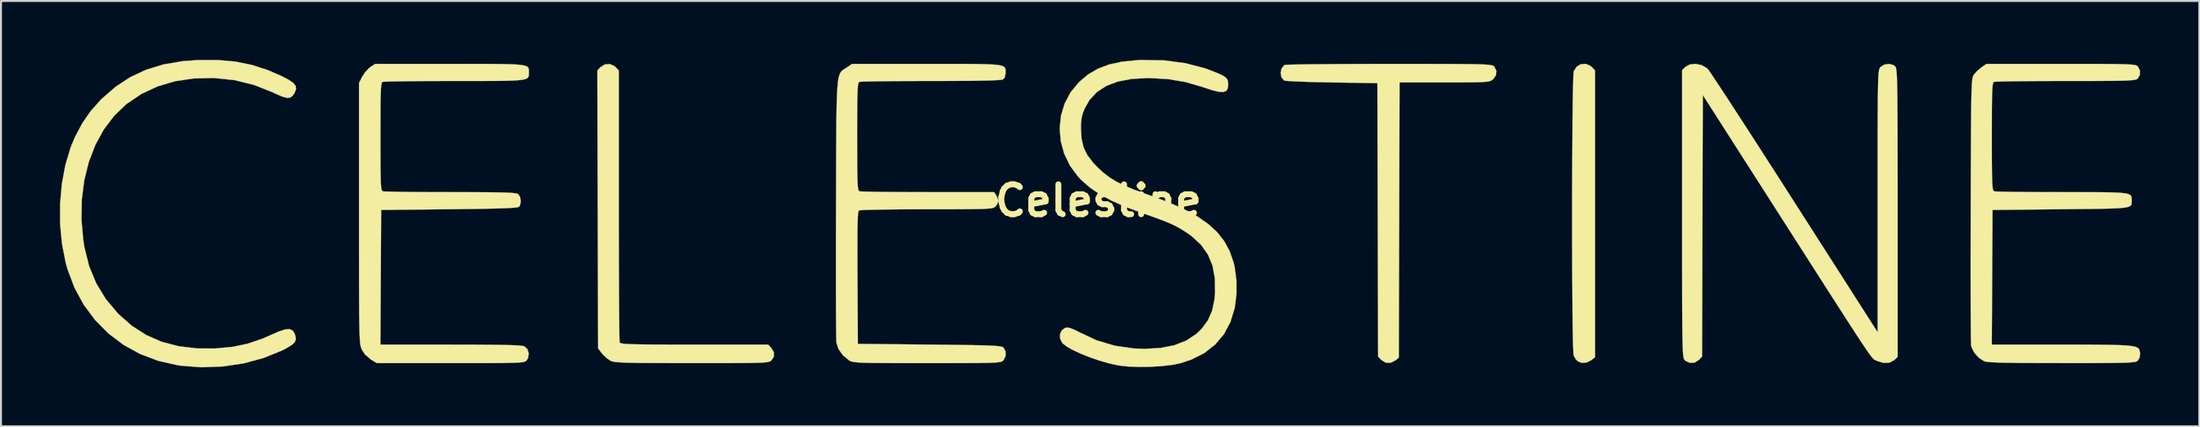
<source format=kicad_pcb>
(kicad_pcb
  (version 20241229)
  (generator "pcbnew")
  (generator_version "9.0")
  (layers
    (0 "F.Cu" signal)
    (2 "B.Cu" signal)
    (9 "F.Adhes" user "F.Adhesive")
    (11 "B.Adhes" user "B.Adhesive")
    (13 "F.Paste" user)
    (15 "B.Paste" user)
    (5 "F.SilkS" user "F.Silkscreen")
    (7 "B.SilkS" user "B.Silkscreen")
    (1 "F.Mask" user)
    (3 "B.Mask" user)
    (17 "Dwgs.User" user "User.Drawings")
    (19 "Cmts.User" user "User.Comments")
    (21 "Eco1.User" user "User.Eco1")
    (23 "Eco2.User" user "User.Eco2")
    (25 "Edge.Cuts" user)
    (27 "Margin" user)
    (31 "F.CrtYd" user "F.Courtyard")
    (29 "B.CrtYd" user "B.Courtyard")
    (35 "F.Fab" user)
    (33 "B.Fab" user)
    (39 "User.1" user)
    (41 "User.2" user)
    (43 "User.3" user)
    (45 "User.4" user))
  (footprint "Celestine"
    (layer "F.Cu")
    (at 52.797 7.171)
    (property "Reference" "Celestine" (at 0 0 0) (layer "F.SilkS") (effects (font (size 1.524 1.524) (thickness 0.3))))
    (attr through_hole)
    (fp_poly (pts (xy 25.017 -6.87) (xy 25.097 -6.799) (xy 25.255 -6.631) (xy 25.255 7.972) (xy 25.064 8.123) (xy 24.815 8.246) (xy 24.557 8.257) (xy 24.369 8.174) (xy 24.25 8.036) (xy 24.169 7.882) (xy 24.156 7.775) (xy 24.144 7.535) (xy 24.133 7.175) (xy 24.124 6.706) (xy 24.115 6.141) (xy 24.108 5.492) (xy 24.102 4.772) (xy 24.097 3.991) (xy 24.094 3.164) (xy 24.091 2.302) (xy 24.09 1.416) (xy 24.09 0.52) (xy 24.091 -0.374) (xy 24.093 -1.254) (xy 24.097 -2.108) (xy 24.101 -2.924) (xy 24.107 -3.689) (xy 24.114 -4.391) (xy 24.121 -5.018) (xy 24.131 -5.558) (xy 24.141 -5.999) (xy 24.152 -6.327) (xy 24.164 -6.532) (xy 24.174 -6.595) (xy 24.318 -6.822) (xy 24.534 -6.95) (xy 24.78 -6.969) (xy 25.017 -6.87)) (stroke (width 0.01) (type solid)) (fill yes) (layer "F.SilkS"))
    (fp_poly (pts (xy 16.637 -6.965) (xy 17.375 -6.964) (xy 17.999 -6.962) (xy 18.517 -6.959) (xy 18.941 -6.954) (xy 19.28 -6.948) (xy 19.545 -6.939) (xy 19.745 -6.928) (xy 19.89 -6.915) (xy 19.991 -6.899) (xy 20.058 -6.881) (xy 20.1 -6.859) (xy 20.127 -6.834) (xy 20.237 -6.618) (xy 20.218 -6.389) (xy 20.072 -6.187) (xy 20.056 -6.174) (xy 19.997 -6.132) (xy 19.929 -6.098) (xy 19.834 -6.073) (xy 19.697 -6.054) (xy 19.502 -6.04) (xy 19.231 -6.032) (xy 18.87 -6.027) (xy 18.401 -6.024) (xy 17.808 -6.023) (xy 17.59 -6.023) (xy 15.315 -6.023) (xy 15.296 0.986) (xy 15.276 7.996) (xy 15.105 8.134) (xy 14.859 8.256) (xy 14.606 8.247) (xy 14.385 8.109) (xy 14.382 8.106) (xy 14.225 7.938) (xy 14.206 0.975) (xy 14.188 -5.987) (xy 11.865 -6.023) (xy 11.296 -6.034) (xy 10.771 -6.047) (xy 10.31 -6.063) (xy 9.929 -6.079) (xy 9.647 -6.096) (xy 9.482 -6.113) (xy 9.448 -6.121) (xy 9.31 -6.287) (xy 9.267 -6.508) (xy 9.316 -6.733) (xy 9.456 -6.907) (xy 9.463 -6.911) (xy 9.547 -6.92) (xy 9.765 -6.928) (xy 10.104 -6.936) (xy 10.553 -6.943) (xy 11.101 -6.95) (xy 11.736 -6.955) (xy 12.445 -6.96) (xy 13.218 -6.963) (xy 14.043 -6.965) (xy 14.775 -6.966) (xy 15.774 -6.966) (xy 16.637 -6.965)) (stroke (width 0.01) (type solid)) (fill yes) (layer "F.SilkS"))
    (fp_poly (pts (xy -24.605 -6.857) (xy -24.542 -6.799) (xy -24.384 -6.631) (xy -24.384 0.235) (xy -24.384 1.222) (xy -24.382 2.17) (xy -24.38 3.067) (xy -24.377 3.903) (xy -24.374 4.669) (xy -24.369 5.354) (xy -24.365 5.947) (xy -24.36 6.439) (xy -24.354 6.82) (xy -24.348 7.078) (xy -24.342 7.205) (xy -24.34 7.215) (xy -24.318 7.241) (xy -24.268 7.262) (xy -24.176 7.28) (xy -24.032 7.295) (xy -23.823 7.306) (xy -23.54 7.315) (xy -23.169 7.321) (xy -22.7 7.325) (xy -22.121 7.328) (xy -21.421 7.329) (xy -20.587 7.33) (xy -20.543 7.33) (xy -16.789 7.33) (xy -16.632 7.498) (xy -16.496 7.723) (xy -16.501 7.947) (xy -16.619 8.128) (xy -16.654 8.16) (xy -16.7 8.186) (xy -16.768 8.209) (xy -16.869 8.226) (xy -17.017 8.241) (xy -17.222 8.252) (xy -17.496 8.26) (xy -17.852 8.265) (xy -18.302 8.269) (xy -18.856 8.271) (xy -19.527 8.272) (xy -20.327 8.272) (xy -20.665 8.271) (xy -21.527 8.271) (xy -22.257 8.269) (xy -22.865 8.266) (xy -23.364 8.262) (xy -23.765 8.255) (xy -24.081 8.246) (xy -24.324 8.235) (xy -24.505 8.22) (xy -24.637 8.202) (xy -24.73 8.181) (xy -24.799 8.155) (xy -24.806 8.151) (xy -25.009 8.013) (xy -25.205 7.822) (xy -25.242 7.777) (xy -25.436 7.522) (xy -25.455 0.447) (xy -25.475 -6.629) (xy -25.316 -6.798) (xy -25.094 -6.94) (xy -24.842 -6.959) (xy -24.605 -6.857)) (stroke (width 0.01) (type solid)) (fill yes) (layer "F.SilkS"))
    (fp_poly (pts (xy -44.765 -7.164) (xy -43.872 -7.082) (xy -43.036 -6.913) (xy -42.225 -6.649) (xy -41.53 -6.346) (xy -41.172 -6.159) (xy -40.939 -6.001) (xy -40.817 -5.852) (xy -40.793 -5.698) (xy -40.854 -5.52) (xy -40.862 -5.504) (xy -40.967 -5.341) (xy -41.088 -5.252) (xy -41.249 -5.236) (xy -41.475 -5.295) (xy -41.79 -5.427) (xy -41.969 -5.512) (xy -42.926 -5.895) (xy -43.924 -6.14) (xy -44.966 -6.249) (xy -45.995 -6.226) (xy -46.945 -6.085) (xy -47.836 -5.82) (xy -48.659 -5.435) (xy -49.399 -4.936) (xy -49.425 -4.915) (xy -50.04 -4.325) (xy -50.566 -3.631) (xy -50.996 -2.846) (xy -51.329 -1.981) (xy -51.561 -1.05) (xy -51.687 -0.064) (xy -51.705 0.965) (xy -51.611 2.023) (xy -51.554 2.381) (xy -51.317 3.33) (xy -50.956 4.204) (xy -50.469 5.006) (xy -49.856 5.739) (xy -49.82 5.776) (xy -49.147 6.37) (xy -48.418 6.839) (xy -47.624 7.187) (xy -46.759 7.414) (xy -45.816 7.525) (xy -44.885 7.526) (xy -44.033 7.446) (xy -43.255 7.284) (xy -42.502 7.027) (xy -42.1 6.851) (xy -41.682 6.667) (xy -41.368 6.563) (xy -41.142 6.539) (xy -40.985 6.597) (xy -40.879 6.737) (xy -40.819 6.916) (xy -40.806 7.075) (xy -40.867 7.215) (xy -41.019 7.355) (xy -41.279 7.512) (xy -41.534 7.642) (xy -42.466 8.019) (xy -43.472 8.288) (xy -44.522 8.444) (xy -45.591 8.484) (xy -46.65 8.404) (xy -46.821 8.379) (xy -47.806 8.155) (xy -48.727 7.806) (xy -49.573 7.338) (xy -50.338 6.759) (xy -51.013 6.077) (xy -51.59 5.299) (xy -52.06 4.432) (xy -52.417 3.485) (xy -52.506 3.161) (xy -52.696 2.19) (xy -52.791 1.179) (xy -52.792 0.155) (xy -52.702 -0.854) (xy -52.523 -1.819) (xy -52.256 -2.712) (xy -52.039 -3.236) (xy -51.663 -3.947) (xy -51.237 -4.564) (xy -50.726 -5.136) (xy -50.677 -5.185) (xy -49.975 -5.798) (xy -49.227 -6.291) (xy -48.419 -6.669) (xy -47.539 -6.938) (xy -46.572 -7.104) (xy -45.75 -7.164) (xy -44.765 -7.164)) (stroke (width 0.01) (type solid)) (fill yes) (layer "F.SilkS"))
    (fp_poly (pts (xy 30.669 -6.905) (xy 30.93 -6.758) (xy 30.988 -6.705) (xy 31.054 -6.616) (xy 31.192 -6.413) (xy 31.398 -6.104) (xy 31.666 -5.698) (xy 31.991 -5.202) (xy 32.366 -4.625) (xy 32.788 -3.974) (xy 33.25 -3.259) (xy 33.747 -2.487) (xy 34.274 -1.667) (xy 34.826 -0.807) (xy 35.396 0.085) (xy 35.408 0.103) (xy 39.624 6.701) (xy 39.624 0.026) (xy 39.624 -1.109) (xy 39.624 -2.107) (xy 39.625 -2.978) (xy 39.626 -3.731) (xy 39.628 -4.375) (xy 39.631 -4.918) (xy 39.636 -5.369) (xy 39.641 -5.739) (xy 39.649 -6.034) (xy 39.658 -6.265) (xy 39.669 -6.44) (xy 39.682 -6.569) (xy 39.697 -6.66) (xy 39.715 -6.722) (xy 39.736 -6.764) (xy 39.76 -6.795) (xy 39.772 -6.808) (xy 39.97 -6.932) (xy 40.209 -6.965) (xy 40.43 -6.905) (xy 40.52 -6.834) (xy 40.54 -6.804) (xy 40.557 -6.753) (xy 40.572 -6.674) (xy 40.585 -6.557) (xy 40.597 -6.395) (xy 40.607 -6.18) (xy 40.615 -5.901) (xy 40.622 -5.553) (xy 40.627 -5.125) (xy 40.631 -4.61) (xy 40.635 -3.999) (xy 40.637 -3.283) (xy 40.638 -2.455) (xy 40.639 -1.506) (xy 40.64 -0.428) (xy 40.64 0.628) (xy 40.64 7.958) (xy 40.472 8.115) (xy 40.232 8.246) (xy 39.93 8.262) (xy 39.594 8.162) (xy 39.579 8.155) (xy 39.539 8.138) (xy 39.504 8.123) (xy 39.468 8.104) (xy 39.429 8.075) (xy 39.382 8.029) (xy 39.322 7.959) (xy 39.245 7.86) (xy 39.147 7.724) (xy 39.024 7.545) (xy 38.87 7.317) (xy 38.683 7.033) (xy 38.457 6.687) (xy 38.188 6.272) (xy 37.872 5.782) (xy 37.504 5.21) (xy 37.081 4.549) (xy 36.598 3.794) (xy 36.051 2.937) (xy 35.435 1.973) (xy 34.746 0.895) (xy 34.576 0.629) (xy 30.734 -5.383) (xy 30.715 1.277) (xy 30.697 7.938) (xy 30.54 8.106) (xy 30.324 8.243) (xy 30.081 8.261) (xy 29.857 8.156) (xy 29.827 8.128) (xy 29.803 8.102) (xy 29.782 8.068) (xy 29.764 8.019) (xy 29.748 7.944) (xy 29.734 7.837) (xy 29.722 7.688) (xy 29.713 7.488) (xy 29.705 7.23) (xy 29.698 6.905) (xy 29.693 6.504) (xy 29.689 6.019) (xy 29.686 5.441) (xy 29.684 4.762) (xy 29.683 3.974) (xy 29.682 3.066) (xy 29.682 2.033) (xy 29.682 0.863) (xy 29.682 0.666) (xy 29.682 -6.651) (xy 29.86 -6.819) (xy 30.086 -6.94) (xy 30.372 -6.968) (xy 30.669 -6.905)) (stroke (width 0.01) (type solid)) (fill yes) (layer "F.SilkS"))
    (fp_poly (pts (xy 3.346 -7.146) (xy 4.43 -7.002) (xy 5.442 -6.736) (xy 6.078 -6.49) (xy 6.344 -6.363) (xy 6.502 -6.253) (xy 6.578 -6.13) (xy 6.602 -5.96) (xy 6.603 -5.905) (xy 6.58 -5.712) (xy 6.501 -5.59) (xy 6.35 -5.536) (xy 6.114 -5.55) (xy 5.778 -5.631) (xy 5.328 -5.778) (xy 5.27 -5.798) (xy 4.419 -6.046) (xy 3.54 -6.193) (xy 2.592 -6.246) (xy 2.504 -6.246) (xy 1.692 -6.202) (xy 0.993 -6.069) (xy 0.405 -5.846) (xy -0.076 -5.532) (xy -0.451 -5.125) (xy -0.685 -4.714) (xy -0.795 -4.44) (xy -0.856 -4.191) (xy -0.882 -3.901) (xy -0.885 -3.676) (xy -0.854 -3.151) (xy -0.75 -2.711) (xy -0.558 -2.317) (xy -0.259 -1.928) (xy -0.043 -1.702) (xy 0.257 -1.425) (xy 0.569 -1.186) (xy 0.917 -0.971) (xy 1.326 -0.767) (xy 1.82 -0.561) (xy 2.426 -0.339) (xy 2.584 -0.284) (xy 3.527 0.066) (xy 4.335 0.421) (xy 5.017 0.79) (xy 5.582 1.182) (xy 6.04 1.603) (xy 6.401 2.062) (xy 6.675 2.568) (xy 6.87 3.128) (xy 6.932 3.387) (xy 7.021 4.06) (xy 7.022 4.775) (xy 6.934 5.457) (xy 6.93 5.479) (xy 6.714 6.184) (xy 6.383 6.801) (xy 5.941 7.326) (xy 5.39 7.758) (xy 4.733 8.092) (xy 4.159 8.281) (xy 3.735 8.365) (xy 3.213 8.425) (xy 2.637 8.459) (xy 2.054 8.466) (xy 1.507 8.445) (xy 1.043 8.394) (xy 1.003 8.387) (xy 0.555 8.289) (xy 0.077 8.152) (xy -0.405 7.988) (xy -0.862 7.807) (xy -1.265 7.62) (xy -1.589 7.44) (xy -1.804 7.277) (xy -1.832 7.246) (xy -1.944 7.029) (xy -1.95 6.804) (xy -1.865 6.609) (xy -1.701 6.484) (xy -1.562 6.459) (xy -1.413 6.494) (xy -1.191 6.585) (xy -0.964 6.701) (xy -0.093 7.111) (xy 0.832 7.386) (xy 1.81 7.527) (xy 2.374 7.546) (xy 3.18 7.499) (xy 3.88 7.357) (xy 4.48 7.119) (xy 4.986 6.783) (xy 5.262 6.515) (xy 5.574 6.087) (xy 5.786 5.598) (xy 5.906 5.023) (xy 5.934 4.697) (xy 5.925 3.961) (xy 5.807 3.316) (xy 5.576 2.751) (xy 5.227 2.254) (xy 4.754 1.815) (xy 4.503 1.635) (xy 4.256 1.477) (xy 4.021 1.34) (xy 3.77 1.214) (xy 3.48 1.087) (xy 3.122 0.948) (xy 2.672 0.785) (xy 2.25 0.638) (xy 1.402 0.322) (xy 0.684 0.005) (xy 0.077 -0.323) (xy -0.433 -0.671) (xy -0.863 -1.048) (xy -1.025 -1.218) (xy -1.442 -1.781) (xy -1.738 -2.392) (xy -1.912 -3.035) (xy -1.966 -3.689) (xy -1.899 -4.336) (xy -1.711 -4.957) (xy -1.403 -5.534) (xy -0.975 -6.048) (xy -0.521 -6.43) (xy -0.018 -6.724) (xy 0.552 -6.938) (xy 1.211 -7.08) (xy 1.978 -7.156) (xy 2.196 -7.166) (xy 3.346 -7.146)) (stroke (width 0.01) (type solid)) (fill yes) (layer "F.SilkS"))
    (fp_poly (pts (xy -31.381 -6.966) (xy -30.772 -6.964) (xy -30.274 -6.958) (xy -29.877 -6.948) (xy -29.568 -6.933) (xy -29.337 -6.91) (xy -29.173 -6.88) (xy -29.064 -6.841) (xy -28.999 -6.791) (xy -28.967 -6.729) (xy -28.956 -6.655) (xy -28.956 -6.567) (xy -28.956 -6.531) (xy -28.956 -6.435) (xy -28.963 -6.354) (xy -28.988 -6.287) (xy -29.045 -6.233) (xy -29.143 -6.19) (xy -29.295 -6.157) (xy -29.512 -6.133) (xy -29.806 -6.116) (xy -30.188 -6.105) (xy -30.67 -6.099) (xy -31.264 -6.097) (xy -31.982 -6.096) (xy -32.729 -6.096) (xy -33.436 -6.095) (xy -34.1 -6.093) (xy -34.707 -6.089) (xy -35.244 -6.083) (xy -35.694 -6.077) (xy -36.044 -6.07) (xy -36.28 -6.061) (xy -36.386 -6.053) (xy -36.389 -6.052) (xy -36.418 -6.028) (xy -36.442 -5.971) (xy -36.462 -5.869) (xy -36.476 -5.708) (xy -36.487 -5.473) (xy -36.495 -5.153) (xy -36.5 -4.732) (xy -36.502 -4.199) (xy -36.503 -3.538) (xy -36.503 -3.266) (xy -36.503 -2.556) (xy -36.501 -1.978) (xy -36.497 -1.519) (xy -36.49 -1.163) (xy -36.481 -0.899) (xy -36.467 -0.713) (xy -36.45 -0.591) (xy -36.428 -0.52) (xy -36.4 -0.485) (xy -36.389 -0.479) (xy -36.294 -0.47) (xy -36.07 -0.462) (xy -35.731 -0.454) (xy -35.291 -0.448) (xy -34.767 -0.442) (xy -34.172 -0.438) (xy -33.523 -0.436) (xy -32.955 -0.435) (xy -32.145 -0.435) (xy -31.469 -0.432) (xy -30.915 -0.428) (xy -30.471 -0.421) (xy -30.126 -0.412) (xy -29.869 -0.399) (xy -29.688 -0.383) (xy -29.571 -0.364) (xy -29.507 -0.34) (xy -29.502 -0.337) (xy -29.403 -0.188) (xy -29.368 0.023) (xy -29.401 0.225) (xy -29.455 0.311) (xy -29.517 0.333) (xy -29.659 0.353) (xy -29.892 0.37) (xy -30.223 0.385) (xy -30.662 0.399) (xy -31.216 0.411) (xy -31.896 0.422) (xy -32.709 0.432) (xy -33.005 0.435) (xy -36.467 0.472) (xy -36.486 3.901) (xy -36.505 7.33) (xy -32.93 7.331) (xy -32.062 7.332) (xy -31.329 7.335) (xy -30.721 7.34) (xy -30.229 7.348) (xy -29.844 7.358) (xy -29.554 7.371) (xy -29.35 7.388) (xy -29.223 7.407) (xy -29.174 7.423) (xy -29.025 7.57) (xy -28.963 7.783) (xy -28.994 8.007) (xy -29.071 8.135) (xy -29.104 8.166) (xy -29.151 8.191) (xy -29.223 8.213) (xy -29.333 8.23) (xy -29.493 8.244) (xy -29.715 8.254) (xy -30.011 8.262) (xy -30.392 8.267) (xy -30.872 8.27) (xy -31.462 8.272) (xy -32.173 8.272) (xy -32.941 8.272) (xy -36.685 8.272) (xy -36.987 8.091) (xy -37.294 7.825) (xy -37.441 7.597) (xy -37.466 7.541) (xy -37.489 7.482) (xy -37.509 7.411) (xy -37.526 7.317) (xy -37.54 7.192) (xy -37.553 7.027) (xy -37.563 6.812) (xy -37.571 6.539) (xy -37.578 6.198) (xy -37.583 5.78) (xy -37.586 5.275) (xy -37.589 4.676) (xy -37.59 3.971) (xy -37.591 3.153) (xy -37.592 2.212) (xy -37.592 1.139) (xy -37.592 0.646) (xy -37.592 -5.993) (xy -37.429 -6.316) (xy -37.277 -6.548) (xy -37.088 -6.75) (xy -37.019 -6.803) (xy -36.772 -6.967) (xy -32.978 -6.967) (xy -32.113 -6.967) (xy -31.381 -6.966)) (stroke (width 0.01) (type solid)) (fill yes) (layer "F.SilkS"))
    (fp_poly (pts (xy 49.789 -6.967) (xy 50.496 -6.966) (xy 51.081 -6.964) (xy 51.558 -6.96) (xy 51.936 -6.954) (xy 52.23 -6.947) (xy 52.449 -6.936) (xy 52.608 -6.922) (xy 52.716 -6.905) (xy 52.787 -6.883) (xy 52.832 -6.858) (xy 52.857 -6.834) (xy 52.961 -6.628) (xy 52.956 -6.401) (xy 52.844 -6.216) (xy 52.803 -6.188) (xy 52.737 -6.165) (xy 52.634 -6.146) (xy 52.481 -6.131) (xy 52.267 -6.119) (xy 51.98 -6.11) (xy 51.606 -6.104) (xy 51.133 -6.1) (xy 50.55 -6.097) (xy 49.844 -6.096) (xy 49.186 -6.096) (xy 48.481 -6.095) (xy 47.818 -6.093) (xy 47.213 -6.089) (xy 46.679 -6.083) (xy 46.23 -6.077) (xy 45.882 -6.069) (xy 45.65 -6.061) (xy 45.546 -6.053) (xy 45.545 -6.052) (xy 45.515 -6.028) (xy 45.491 -5.971) (xy 45.471 -5.869) (xy 45.457 -5.708) (xy 45.446 -5.473) (xy 45.438 -5.153) (xy 45.433 -4.732) (xy 45.431 -4.199) (xy 45.43 -3.538) (xy 45.43 -3.266) (xy 45.43 -2.556) (xy 45.432 -1.978) (xy 45.436 -1.519) (xy 45.443 -1.163) (xy 45.452 -0.899) (xy 45.466 -0.713) (xy 45.483 -0.591) (xy 45.505 -0.52) (xy 45.533 -0.485) (xy 45.545 -0.479) (xy 45.639 -0.47) (xy 45.863 -0.462) (xy 46.203 -0.454) (xy 46.642 -0.448) (xy 47.167 -0.442) (xy 47.761 -0.438) (xy 48.411 -0.436) (xy 48.986 -0.435) (xy 49.796 -0.435) (xy 50.473 -0.434) (xy 51.028 -0.431) (xy 51.474 -0.423) (xy 51.822 -0.411) (xy 52.085 -0.391) (xy 52.275 -0.364) (xy 52.403 -0.327) (xy 52.482 -0.279) (xy 52.523 -0.218) (xy 52.539 -0.144) (xy 52.541 -0.055) (xy 52.541 -0.013) (xy 52.541 0.08) (xy 52.536 0.158) (xy 52.514 0.222) (xy 52.463 0.274) (xy 52.37 0.315) (xy 52.225 0.347) (xy 52.015 0.372) (xy 51.728 0.39) (xy 51.353 0.403) (xy 50.877 0.413) (xy 50.29 0.421) (xy 49.578 0.429) (xy 48.934 0.435) (xy 45.466 0.472) (xy 45.447 3.901) (xy 45.428 7.33) (xy 48.944 7.33) (xy 49.793 7.33) (xy 50.508 7.333) (xy 51.102 7.338) (xy 51.587 7.346) (xy 51.974 7.358) (xy 52.275 7.375) (xy 52.502 7.397) (xy 52.667 7.425) (xy 52.782 7.46) (xy 52.858 7.502) (xy 52.908 7.553) (xy 52.92 7.57) (xy 52.975 7.769) (xy 52.942 7.994) (xy 52.844 8.153) (xy 52.804 8.18) (xy 52.74 8.203) (xy 52.639 8.221) (xy 52.491 8.236) (xy 52.282 8.248) (xy 52.002 8.257) (xy 51.638 8.263) (xy 51.178 8.267) (xy 50.611 8.27) (xy 49.924 8.271) (xy 49.105 8.27) (xy 48.98 8.27) (xy 48.104 8.269) (xy 47.363 8.266) (xy 46.746 8.261) (xy 46.241 8.254) (xy 45.84 8.245) (xy 45.53 8.233) (xy 45.302 8.218) (xy 45.144 8.2) (xy 45.047 8.179) (xy 45.027 8.171) (xy 44.766 7.998) (xy 44.542 7.745) (xy 44.399 7.466) (xy 44.377 7.382) (xy 44.372 7.276) (xy 44.366 7.036) (xy 44.362 6.672) (xy 44.358 6.195) (xy 44.355 5.615) (xy 44.353 4.943) (xy 44.352 4.189) (xy 44.351 3.364) (xy 44.352 2.479) (xy 44.354 1.544) (xy 44.356 0.57) (xy 44.356 0.459) (xy 44.36 -0.677) (xy 44.363 -1.677) (xy 44.367 -2.549) (xy 44.37 -3.304) (xy 44.375 -3.949) (xy 44.379 -4.494) (xy 44.385 -4.948) (xy 44.392 -5.32) (xy 44.4 -5.618) (xy 44.41 -5.853) (xy 44.422 -6.032) (xy 44.435 -6.165) (xy 44.451 -6.261) (xy 44.47 -6.329) (xy 44.491 -6.377) (xy 44.515 -6.415) (xy 44.529 -6.435) (xy 44.697 -6.618) (xy 44.902 -6.79) (xy 44.921 -6.804) (xy 45.161 -6.967) (xy 48.949 -6.967) (xy 49.789 -6.967)) (stroke (width 0.01) (type solid)) (fill yes) (layer "F.SilkS"))
    (fp_poly (pts (xy -7.137 -6.967) (xy -6.528 -6.964) (xy -6.031 -6.958) (xy -5.634 -6.948) (xy -5.326 -6.932) (xy -5.095 -6.909) (xy -4.931 -6.877) (xy -4.823 -6.835) (xy -4.758 -6.782) (xy -4.727 -6.716) (xy -4.716 -6.637) (xy -4.717 -6.542) (xy -4.717 -6.493) (xy -4.758 -6.274) (xy -4.858 -6.171) (xy -4.969 -6.152) (xy -5.222 -6.135) (xy -5.613 -6.121) (xy -6.14 -6.11) (xy -6.8 -6.102) (xy -7.588 -6.098) (xy -8.503 -6.096) (xy -8.516 -6.096) (xy -9.22 -6.095) (xy -9.882 -6.093) (xy -10.487 -6.089) (xy -11.02 -6.083) (xy -11.468 -6.077) (xy -11.814 -6.069) (xy -12.046 -6.061) (xy -12.148 -6.052) (xy -12.15 -6.052) (xy -12.179 -6.028) (xy -12.204 -5.971) (xy -12.223 -5.869) (xy -12.238 -5.708) (xy -12.248 -5.473) (xy -12.256 -5.153) (xy -12.261 -4.732) (xy -12.264 -4.199) (xy -12.265 -3.538) (xy -12.265 -3.266) (xy -12.264 -2.556) (xy -12.262 -1.978) (xy -12.258 -1.519) (xy -12.252 -1.163) (xy -12.242 -0.899) (xy -12.229 -0.713) (xy -12.211 -0.591) (xy -12.189 -0.52) (xy -12.161 -0.485) (xy -12.15 -0.479) (xy -12.056 -0.471) (xy -11.831 -0.462) (xy -11.492 -0.455) (xy -11.052 -0.448) (xy -10.526 -0.443) (xy -9.93 -0.439) (xy -9.279 -0.436) (xy -8.67 -0.435) (xy -5.306 -0.435) (xy -5.193 -0.274) (xy -5.09 -0.043) (xy -5.128 0.164) (xy -5.225 0.29) (xy -5.263 0.324) (xy -5.313 0.352) (xy -5.386 0.375) (xy -5.496 0.394) (xy -5.656 0.408) (xy -5.878 0.419) (xy -6.175 0.426) (xy -6.561 0.431) (xy -7.048 0.434) (xy -7.649 0.436) (xy -8.377 0.436) (xy -8.727 0.437) (xy -9.413 0.438) (xy -10.056 0.442) (xy -10.641 0.447) (xy -11.153 0.455) (xy -11.577 0.464) (xy -11.899 0.474) (xy -12.104 0.485) (xy -12.175 0.496) (xy -12.197 0.539) (xy -12.215 0.645) (xy -12.229 0.824) (xy -12.24 1.087) (xy -12.247 1.443) (xy -12.251 1.905) (xy -12.252 2.481) (xy -12.251 3.182) (xy -12.247 3.924) (xy -12.228 7.293) (xy -8.584 7.33) (xy -7.756 7.338) (xy -7.061 7.347) (xy -6.487 7.355) (xy -6.023 7.364) (xy -5.655 7.375) (xy -5.373 7.387) (xy -5.164 7.401) (xy -5.015 7.418) (xy -4.916 7.438) (xy -4.854 7.461) (xy -4.819 7.487) (xy -4.716 7.683) (xy -4.718 7.916) (xy -4.826 8.128) (xy -4.828 8.13) (xy -4.861 8.162) (xy -4.906 8.189) (xy -4.974 8.211) (xy -5.079 8.229) (xy -5.231 8.243) (xy -5.444 8.253) (xy -5.728 8.261) (xy -6.097 8.267) (xy -6.561 8.27) (xy -7.134 8.272) (xy -7.828 8.273) (xy -8.654 8.273) (xy -8.702 8.273) (xy -9.538 8.273) (xy -10.241 8.271) (xy -10.824 8.269) (xy -11.298 8.265) (xy -11.677 8.259) (xy -11.973 8.251) (xy -12.197 8.24) (xy -12.363 8.225) (xy -12.482 8.207) (xy -12.568 8.185) (xy -12.631 8.158) (xy -12.667 8.138) (xy -12.989 7.875) (xy -13.215 7.552) (xy -13.316 7.239) (xy -13.322 7.122) (xy -13.328 6.87) (xy -13.333 6.495) (xy -13.337 6.008) (xy -13.34 5.42) (xy -13.342 4.74) (xy -13.343 3.981) (xy -13.343 3.153) (xy -13.343 2.267) (xy -13.341 1.334) (xy -13.338 0.399) (xy -13.335 -0.75) (xy -13.332 -1.762) (xy -13.329 -2.647) (xy -13.324 -3.415) (xy -13.319 -4.073) (xy -13.311 -4.631) (xy -13.3 -5.097) (xy -13.285 -5.482) (xy -13.266 -5.793) (xy -13.242 -6.04) (xy -13.213 -6.232) (xy -13.177 -6.378) (xy -13.134 -6.486) (xy -13.083 -6.566) (xy -13.024 -6.627) (xy -12.956 -6.678) (xy -12.878 -6.728) (xy -12.791 -6.783) (xy -12.521 -6.967) (xy -8.733 -6.967) (xy -7.868 -6.967) (xy -7.137 -6.967)) (stroke (width 0.01) (type solid)) (fill yes) (layer "F.SilkS")))
  (gr_rect
    (start -3 -3)
    (end 108.777 18.66)
    (stroke (width 0.1) (type default))
    (fill no)
    (layer "Edge.Cuts")))
</source>
